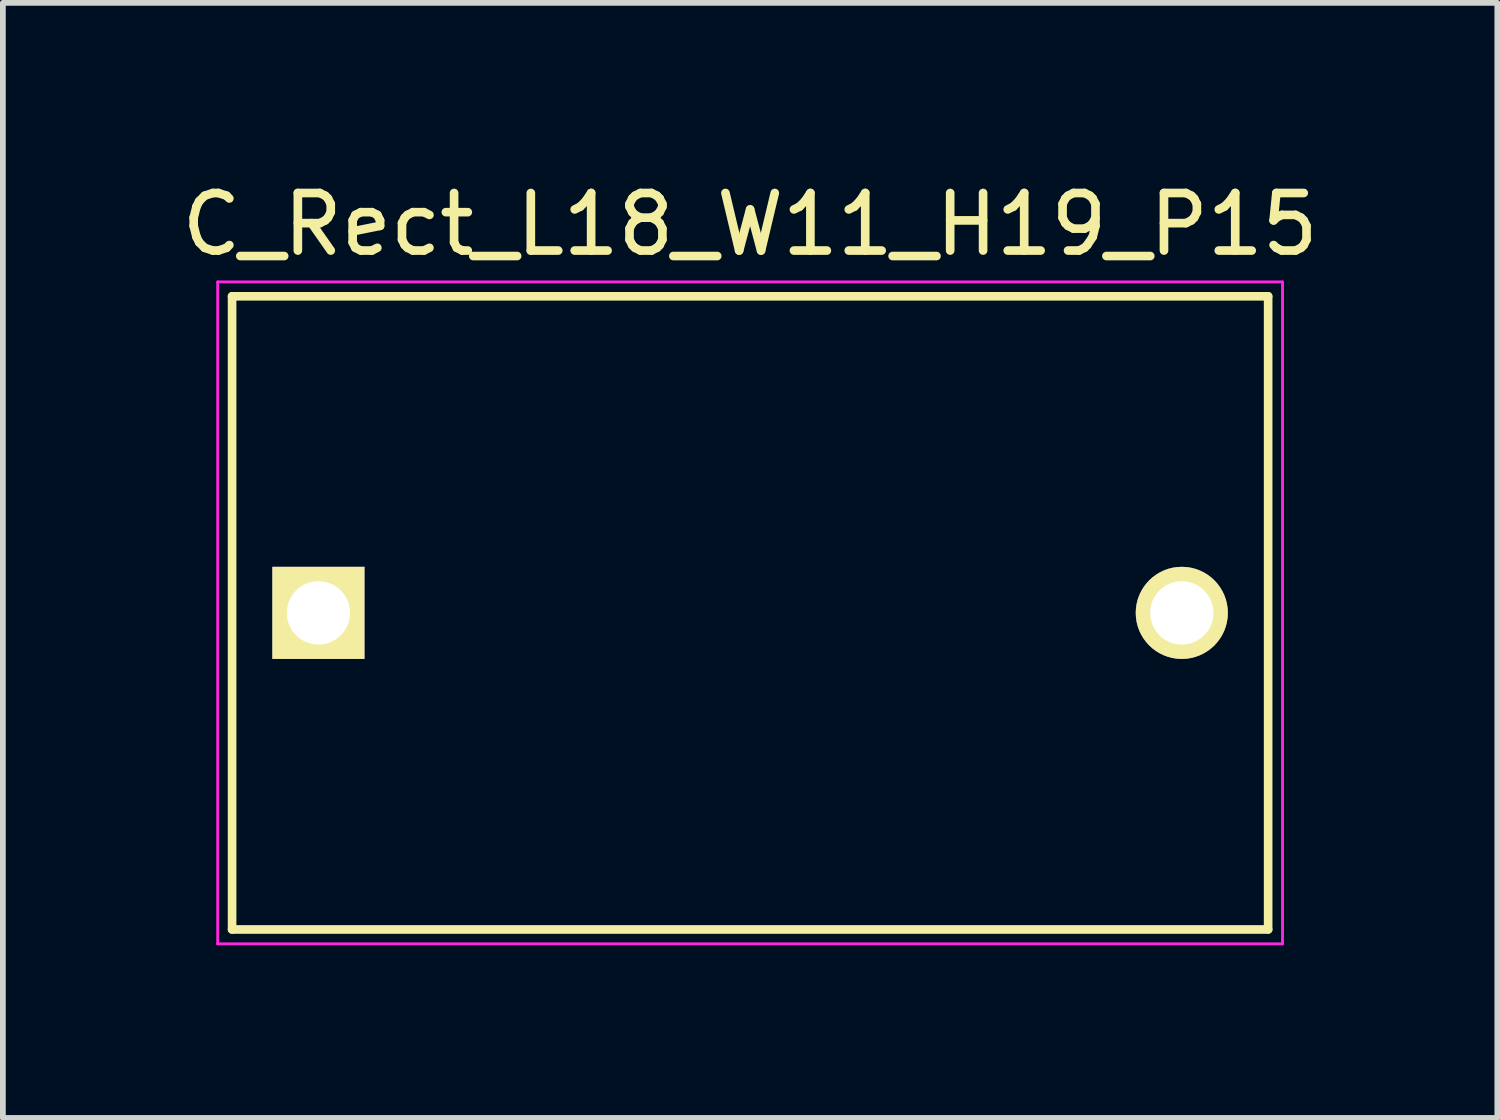
<source format=kicad_pcb>
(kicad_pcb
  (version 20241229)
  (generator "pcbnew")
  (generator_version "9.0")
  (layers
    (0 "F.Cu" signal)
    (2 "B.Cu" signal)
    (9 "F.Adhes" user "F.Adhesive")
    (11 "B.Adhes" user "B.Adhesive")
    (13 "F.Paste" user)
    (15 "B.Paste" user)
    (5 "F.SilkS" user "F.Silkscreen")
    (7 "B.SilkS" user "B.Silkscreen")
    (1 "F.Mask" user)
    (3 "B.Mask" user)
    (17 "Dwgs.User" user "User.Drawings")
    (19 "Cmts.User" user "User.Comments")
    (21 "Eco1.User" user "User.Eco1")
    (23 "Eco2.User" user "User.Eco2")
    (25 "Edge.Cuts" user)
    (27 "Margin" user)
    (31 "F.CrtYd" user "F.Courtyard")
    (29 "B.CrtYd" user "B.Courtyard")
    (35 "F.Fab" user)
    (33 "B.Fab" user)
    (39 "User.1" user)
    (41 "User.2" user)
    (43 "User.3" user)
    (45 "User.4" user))
  (footprint "C_Rect_L18_W11_H19_P15"
    (layer "F.Cu")
    (at 2.482 7.598)
    (property "Reference" "C_Rect_L18_W11_H19_P15" (at 7.5 -6.75 0) (layer "F.SilkS") (effects (font (size 1 1) (thickness 0.15))))
    (attr through_hole)
    (fp_line (start -1.5 -5.5) (end 16.5 -5.5) (stroke (width 0.15) (type solid)) (layer "F.SilkS"))
    (fp_line (start -1.5 5.5) (end -1.5 -5.5) (stroke (width 0.15) (type solid)) (layer "F.SilkS"))
    (fp_line (start 16.5 -5.5) (end 16.5 5.5) (stroke (width 0.15) (type solid)) (layer "F.SilkS"))
    (fp_line (start 16.5 5.5) (end -1.5 5.5) (stroke (width 0.15) (type solid)) (layer "F.SilkS"))
    (fp_line (start -1.75 -5.75) (end 16.75 -5.75) (stroke (width 0.05) (type solid)) (layer "F.CrtYd"))
    (fp_line (start -1.75 5.75) (end -1.75 -5.75) (stroke (width 0.05) (type solid)) (layer "F.CrtYd"))
    (fp_line (start 16.75 -5.75) (end 16.75 5.75) (stroke (width 0.05) (type solid)) (layer "F.CrtYd"))
    (fp_line (start 16.75 5.75) (end -1.75 5.75) (stroke (width 0.05) (type solid)) (layer "F.CrtYd"))
    (pad "1" thru_hole rect (at 0 0) (size 1.6 1.6) (drill 1.1) (layers "*.Cu" "*.Mask" "F.SilkS"))
    (pad "2" thru_hole circle (at 15 0) (size 1.6 1.6) (drill 1.1) (layers "*.Cu" "*.Mask" "F.SilkS")))
  (gr_rect
    (start -3 -3)
    (end 22.964 16.373)
    (stroke (width 0.1) (type default))
    (fill no)
    (layer "Edge.Cuts")))
</source>
